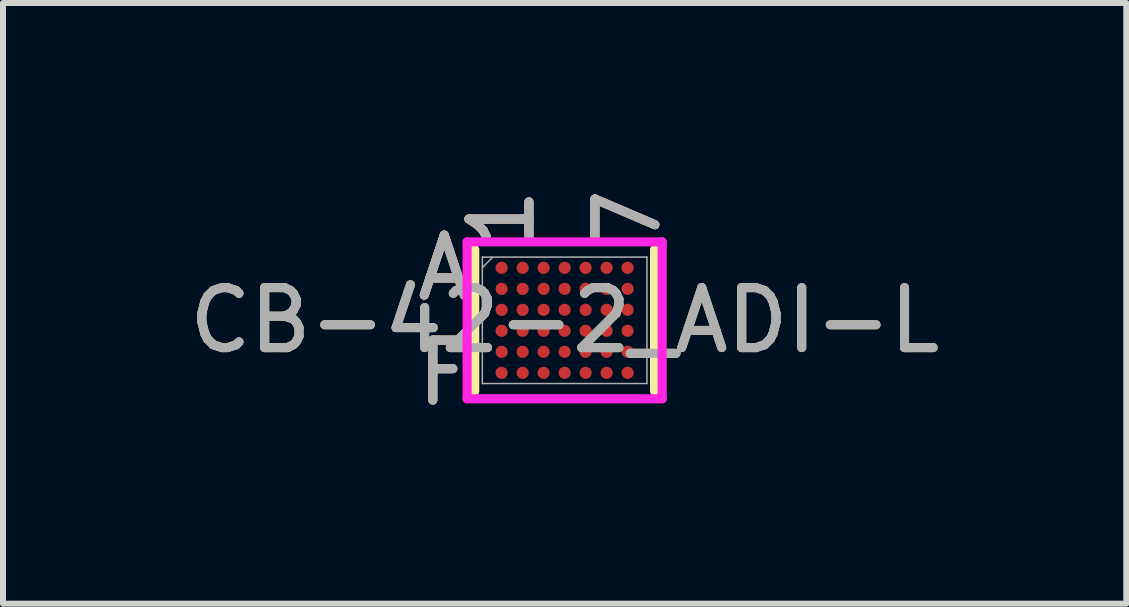
<source format=kicad_pcb>
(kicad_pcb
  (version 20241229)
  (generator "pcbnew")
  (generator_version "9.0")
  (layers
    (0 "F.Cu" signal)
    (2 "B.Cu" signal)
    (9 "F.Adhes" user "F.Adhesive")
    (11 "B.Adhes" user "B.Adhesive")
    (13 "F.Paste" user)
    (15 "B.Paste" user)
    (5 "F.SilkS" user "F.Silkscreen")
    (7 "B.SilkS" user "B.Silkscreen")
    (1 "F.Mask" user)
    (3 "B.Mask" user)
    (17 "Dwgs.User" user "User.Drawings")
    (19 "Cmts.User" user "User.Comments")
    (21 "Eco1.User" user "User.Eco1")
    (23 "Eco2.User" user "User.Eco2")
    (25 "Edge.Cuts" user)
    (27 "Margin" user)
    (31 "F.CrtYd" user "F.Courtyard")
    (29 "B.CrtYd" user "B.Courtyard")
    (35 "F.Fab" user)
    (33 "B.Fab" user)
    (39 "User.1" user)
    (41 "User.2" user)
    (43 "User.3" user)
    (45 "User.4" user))
  (footprint "CB-42-2_ADI-L"
    (layer "F.Cu")
    (at 6.363 2.29)
    (property "Reference" "CB-42-2_ADI-L" (at 0 0 0) (unlocked yes) (layer "F.SilkS") (effects (font (size 1 1) (thickness 0.15))))
    (attr smd)
    (fp_line (start -1.499 -1.181) (end -1.499 1.181) (stroke (width 0.152) (type solid)) (layer "F.SilkS"))
    (fp_line (start 1.499 1.181) (end 1.499 -1.181) (stroke (width 0.152) (type solid)) (layer "F.SilkS"))
    (fp_poly (pts (xy -1.669 -1.494) (xy 1.669 -1.494) (xy 1.669 1.494) (xy -1.669 1.494)) (stroke (width 0.1) (type solid)) (fill no) (layer "Eco2.User"))
    (fp_line (start -1.626 -1.308) (end 1.626 -1.308) (stroke (width 0.152) (type solid)) (layer "F.CrtYd"))
    (fp_line (start -1.626 1.308) (end -1.626 -1.308) (stroke (width 0.152) (type solid)) (layer "F.CrtYd"))
    (fp_line (start 1.626 -1.308) (end 1.626 1.308) (stroke (width 0.152) (type solid)) (layer "F.CrtYd"))
    (fp_line (start 1.626 1.308) (end -1.626 1.308) (stroke (width 0.152) (type solid)) (layer "F.CrtYd"))
    (fp_line (start -1.372 -1.054) (end -1.372 1.054) (stroke (width 0.025) (type solid)) (layer "F.Fab"))
    (fp_line (start -1.372 1.054) (end 1.372 1.054) (stroke (width 0.025) (type solid)) (layer "F.Fab"))
    (fp_line (start -1.197 -1.054) (end -1.372 -0.879) (stroke (width 0.025) (type solid)) (layer "F.Fab"))
    (fp_line (start 1.372 -1.054) (end -1.372 -1.054) (stroke (width 0.025) (type solid)) (layer "F.Fab"))
    (fp_line (start 1.372 1.054) (end 1.372 -1.054) (stroke (width 0.025) (type solid)) (layer "F.Fab"))
    (fp_text user "1" (at -1.05 -1.689 90) (unlocked yes) (layer "F.SilkS") (effects (font (size 1 1) (thickness 0.15))))
    (fp_text user "F" (at -2.007 0.875 0) (unlocked yes) (layer "F.SilkS") (effects (font (size 1 1) (thickness 0.15))))
    (fp_text user "7" (at 1.05 -1.689 90) (unlocked yes) (layer "F.SilkS") (effects (font (size 1 1) (thickness 0.15))))
    (fp_text user "A" (at -2.007 -0.875 0) (unlocked yes) (layer "F.SilkS") (effects (font (size 1 1) (thickness 0.15))))
    (fp_text user "F" (at -2.007 0.875 0) (unlocked yes) (layer "B.SilkS") (effects (font (size 1 1) (thickness 0.15))))
    (fp_text user "1" (at -1.05 -1.689 90) (unlocked yes) (layer "B.SilkS") (effects (font (size 1 1) (thickness 0.15))))
    (fp_text user "7" (at 1.05 -1.689 90) (unlocked yes) (layer "B.SilkS") (effects (font (size 1 1) (thickness 0.15))))
    (fp_text user "A" (at -2.007 -0.875 0) (unlocked yes) (layer "B.SilkS") (effects (font (size 1 1) (thickness 0.15))))
    (fp_text user "1" (at -1.05 -1.689 90) (unlocked yes) (layer "F.Fab") (effects (font (size 1 1) (thickness 0.15))))
    (fp_text user "F" (at -2.007 0.875 0) (unlocked yes) (layer "F.Fab") (effects (font (size 1 1) (thickness 0.15))))
    (fp_text user "7" (at 1.05 -1.689 90) (unlocked yes) (layer "F.Fab") (effects (font (size 1 1) (thickness 0.15))))
    (fp_text user "${REFERENCE}" (at 0 0 0) (unlocked yes) (layer "F.Fab") (effects (font (size 1 1) (thickness 0.15))))
    (fp_text user "A" (at -2.007 -0.875 0) (unlocked yes) (layer "F.Fab") (effects (font (size 1 1) (thickness 0.15))))
    (pad "A1" smd circle (at -1.05 -0.875) (size 0.203 0.203) (layers "F.Cu" "F.Mask" "F.Paste"))
    (pad "A2" smd circle (at -0.7 -0.875) (size 0.203 0.203) (layers "F.Cu" "F.Mask" "F.Paste"))
    (pad "A3" smd circle (at -0.35 -0.875) (size 0.203 0.203) (layers "F.Cu" "F.Mask" "F.Paste"))
    (pad "A4" smd circle (at 0 -0.875) (size 0.203 0.203) (layers "F.Cu" "F.Mask" "F.Paste"))
    (pad "A5" smd circle (at 0.35 -0.875) (size 0.203 0.203) (layers "F.Cu" "F.Mask" "F.Paste"))
    (pad "A6" smd circle (at 0.7 -0.875) (size 0.203 0.203) (layers "F.Cu" "F.Mask" "F.Paste"))
    (pad "A7" smd circle (at 1.05 -0.875) (size 0.203 0.203) (layers "F.Cu" "F.Mask" "F.Paste"))
    (pad "B1" smd circle (at -1.05 -0.525) (size 0.203 0.203) (layers "F.Cu" "F.Mask" "F.Paste"))
    (pad "B2" smd circle (at -0.7 -0.525) (size 0.203 0.203) (layers "F.Cu" "F.Mask" "F.Paste"))
    (pad "B3" smd circle (at -0.35 -0.525) (size 0.203 0.203) (layers "F.Cu" "F.Mask" "F.Paste"))
    (pad "B4" smd circle (at 0 -0.525) (size 0.203 0.203) (layers "F.Cu" "F.Mask" "F.Paste"))
    (pad "B5" smd circle (at 0.35 -0.525) (size 0.203 0.203) (layers "F.Cu" "F.Mask" "F.Paste"))
    (pad "B6" smd circle (at 0.7 -0.525) (size 0.203 0.203) (layers "F.Cu" "F.Mask" "F.Paste"))
    (pad "B7" smd circle (at 1.05 -0.525) (size 0.203 0.203) (layers "F.Cu" "F.Mask" "F.Paste"))
    (pad "C1" smd circle (at -1.05 -0.175) (size 0.203 0.203) (layers "F.Cu" "F.Mask" "F.Paste"))
    (pad "C2" smd circle (at -0.7 -0.175) (size 0.203 0.203) (layers "F.Cu" "F.Mask" "F.Paste"))
    (pad "C3" smd circle (at -0.35 -0.175) (size 0.203 0.203) (layers "F.Cu" "F.Mask" "F.Paste"))
    (pad "C4" smd circle (at 0 -0.175) (size 0.203 0.203) (layers "F.Cu" "F.Mask" "F.Paste"))
    (pad "C5" smd circle (at 0.35 -0.175) (size 0.203 0.203) (layers "F.Cu" "F.Mask" "F.Paste"))
    (pad "C6" smd circle (at 0.7 -0.175) (size 0.203 0.203) (layers "F.Cu" "F.Mask" "F.Paste"))
    (pad "C7" smd circle (at 1.05 -0.175) (size 0.203 0.203) (layers "F.Cu" "F.Mask" "F.Paste"))
    (pad "D1" smd circle (at -1.05 0.175) (size 0.203 0.203) (layers "F.Cu" "F.Mask" "F.Paste"))
    (pad "D2" smd circle (at -0.7 0.175) (size 0.203 0.203) (layers "F.Cu" "F.Mask" "F.Paste"))
    (pad "D3" smd circle (at -0.35 0.175) (size 0.203 0.203) (layers "F.Cu" "F.Mask" "F.Paste"))
    (pad "D4" smd circle (at 0 0.175) (size 0.203 0.203) (layers "F.Cu" "F.Mask" "F.Paste"))
    (pad "D5" smd circle (at 0.35 0.175) (size 0.203 0.203) (layers "F.Cu" "F.Mask" "F.Paste"))
    (pad "D6" smd circle (at 0.7 0.175) (size 0.203 0.203) (layers "F.Cu" "F.Mask" "F.Paste"))
    (pad "D7" smd circle (at 1.05 0.175) (size 0.203 0.203) (layers "F.Cu" "F.Mask" "F.Paste"))
    (pad "E1" smd circle (at -1.05 0.525) (size 0.203 0.203) (layers "F.Cu" "F.Mask" "F.Paste"))
    (pad "E2" smd circle (at -0.7 0.525) (size 0.203 0.203) (layers "F.Cu" "F.Mask" "F.Paste"))
    (pad "E3" smd circle (at -0.35 0.525) (size 0.203 0.203) (layers "F.Cu" "F.Mask" "F.Paste"))
    (pad "E4" smd circle (at 0 0.525) (size 0.203 0.203) (layers "F.Cu" "F.Mask" "F.Paste"))
    (pad "E5" smd circle (at 0.35 0.525) (size 0.203 0.203) (layers "F.Cu" "F.Mask" "F.Paste"))
    (pad "E6" smd circle (at 0.7 0.525) (size 0.203 0.203) (layers "F.Cu" "F.Mask" "F.Paste"))
    (pad "E7" smd circle (at 1.05 0.525) (size 0.203 0.203) (layers "F.Cu" "F.Mask" "F.Paste"))
    (pad "F1" smd circle (at -1.05 0.875) (size 0.203 0.203) (layers "F.Cu" "F.Mask" "F.Paste"))
    (pad "F2" smd circle (at -0.7 0.875) (size 0.203 0.203) (layers "F.Cu" "F.Mask" "F.Paste"))
    (pad "F3" smd circle (at -0.35 0.875) (size 0.203 0.203) (layers "F.Cu" "F.Mask" "F.Paste"))
    (pad "F4" smd circle (at 0 0.875) (size 0.203 0.203) (layers "F.Cu" "F.Mask" "F.Paste"))
    (pad "F5" smd circle (at 0.35 0.875) (size 0.203 0.203) (layers "F.Cu" "F.Mask" "F.Paste"))
    (pad "F6" smd circle (at 0.7 0.875) (size 0.203 0.203) (layers "F.Cu" "F.Mask" "F.Paste"))
    (pad "F7" smd circle (at 1.05 0.875) (size 0.203 0.203) (layers "F.Cu" "F.Mask" "F.Paste")))
  (gr_rect
    (start -3 -3)
    (end 15.726 7.014)
    (stroke (width 0.1) (type default))
    (fill no)
    (layer "Edge.Cuts")))
</source>
